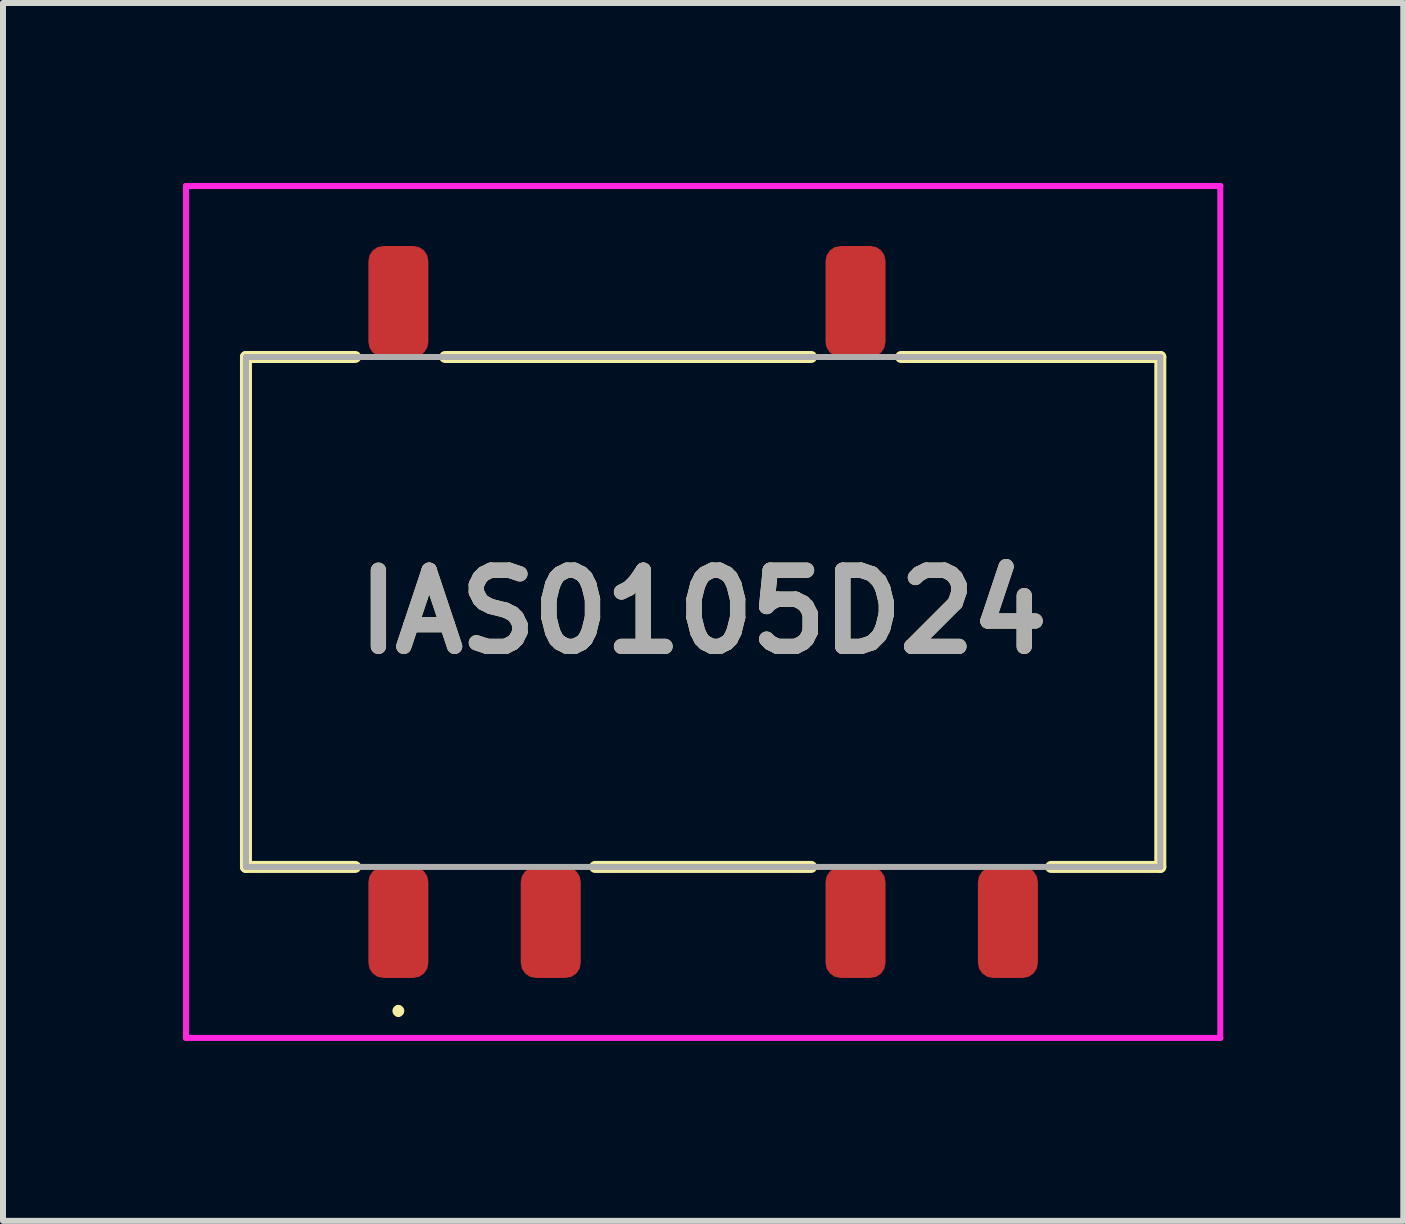
<source format=kicad_pcb>
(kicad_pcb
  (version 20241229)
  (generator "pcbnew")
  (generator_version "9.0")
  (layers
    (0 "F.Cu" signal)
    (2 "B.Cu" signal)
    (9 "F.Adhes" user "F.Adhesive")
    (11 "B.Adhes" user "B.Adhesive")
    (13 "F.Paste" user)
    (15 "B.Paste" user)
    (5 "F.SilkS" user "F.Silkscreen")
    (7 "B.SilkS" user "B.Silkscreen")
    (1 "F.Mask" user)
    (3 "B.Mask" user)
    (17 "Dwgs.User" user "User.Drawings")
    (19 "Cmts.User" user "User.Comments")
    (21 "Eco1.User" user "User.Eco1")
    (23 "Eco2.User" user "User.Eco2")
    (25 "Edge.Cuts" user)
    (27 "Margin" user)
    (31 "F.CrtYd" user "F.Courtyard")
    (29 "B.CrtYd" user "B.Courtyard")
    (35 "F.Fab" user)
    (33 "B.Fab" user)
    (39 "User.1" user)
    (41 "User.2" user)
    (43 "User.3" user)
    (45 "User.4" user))
  (footprint "IAS0105D24"
    (layer "F.Cu")
    (at 8.67 7.15)
    (property "Reference" "IAS0105D24" (at 0 0 0) (layer "F.SilkS") (effects (font (size 1.27 1.27) (thickness 0.254))))
    (attr smd)
    (fp_line (start -7.62 -4.25) (end -7.62 4.25) (stroke (width 0.2) (type solid)) (layer "F.SilkS"))
    (fp_line (start -7.62 4.25) (end -5.8 4.25) (stroke (width 0.2) (type solid)) (layer "F.SilkS"))
    (fp_line (start -5.8 -4.25) (end -7.62 -4.25) (stroke (width 0.2) (type solid)) (layer "F.SilkS"))
    (fp_line (start -5.08 6.6) (end -5.08 6.6) (stroke (width 0.1) (type solid)) (layer "F.SilkS"))
    (fp_line (start -5.08 6.7) (end -5.08 6.7) (stroke (width 0.1) (type solid)) (layer "F.SilkS"))
    (fp_line (start -1.8 4.25) (end 1.8 4.25) (stroke (width 0.2) (type solid)) (layer "F.SilkS"))
    (fp_line (start 1.8 -4.25) (end -4.3 -4.25) (stroke (width 0.2) (type solid)) (layer "F.SilkS"))
    (fp_line (start 5.8 4.25) (end 7.62 4.25) (stroke (width 0.2) (type solid)) (layer "F.SilkS"))
    (fp_line (start 7.62 -4.25) (end 3.3 -4.25) (stroke (width 0.2) (type solid)) (layer "F.SilkS"))
    (fp_line (start 7.62 4.25) (end 7.62 -4.25) (stroke (width 0.2) (type solid)) (layer "F.SilkS"))
    (fp_arc (start -5.08 6.6) (mid -5.03 6.65) (end -5.08 6.7) (stroke (width 0.1) (type solid)) (layer "F.SilkS"))
    (fp_arc (start -5.08 6.7) (mid -5.13 6.65) (end -5.08 6.6) (stroke (width 0.1) (type solid)) (layer "F.SilkS"))
    (fp_line (start -8.62 -7.1) (end 8.62 -7.1) (stroke (width 0.1) (type solid)) (layer "F.CrtYd"))
    (fp_line (start -8.62 7.1) (end -8.62 -7.1) (stroke (width 0.1) (type solid)) (layer "F.CrtYd"))
    (fp_line (start 8.62 -7.1) (end 8.62 7.1) (stroke (width 0.1) (type solid)) (layer "F.CrtYd"))
    (fp_line (start 8.62 7.1) (end -8.62 7.1) (stroke (width 0.1) (type solid)) (layer "F.CrtYd"))
    (fp_line (start -7.62 -4.25) (end 7.62 -4.25) (stroke (width 0.1) (type solid)) (layer "F.Fab"))
    (fp_line (start -7.62 4.25) (end -7.62 -4.25) (stroke (width 0.1) (type solid)) (layer "F.Fab"))
    (fp_line (start 7.62 -4.25) (end 7.62 4.25) (stroke (width 0.1) (type solid)) (layer "F.Fab"))
    (fp_line (start 7.62 4.25) (end -7.62 4.25) (stroke (width 0.1) (type solid)) (layer "F.Fab"))
    (fp_text user "${REFERENCE}" (at 0 0 0) (layer "F.Fab") (effects (font (size 1.27 1.27) (thickness 0.254))))
    (pad "1" smd roundrect (at -5.08 5.175) (size 1 1.85) (layers "F.Cu" "F.Mask" "F.Paste") (roundrect_rratio 0.25))
    (pad "2" smd roundrect (at -2.54 5.175) (size 1 1.85) (layers "F.Cu" "F.Mask" "F.Paste") (roundrect_rratio 0.25))
    (pad "4" smd roundrect (at 2.54 5.175) (size 1 1.85) (layers "F.Cu" "F.Mask" "F.Paste") (roundrect_rratio 0.25))
    (pad "5" smd roundrect (at 5.08 5.175) (size 1 1.85) (layers "F.Cu" "F.Mask" "F.Paste") (roundrect_rratio 0.25))
    (pad "7" smd roundrect (at 2.54 -5.175) (size 1 1.85) (layers "F.Cu" "F.Mask" "F.Paste") (roundrect_rratio 0.25))
    (pad "10" smd roundrect (at -5.08 -5.175) (size 1 1.85) (layers "F.Cu" "F.Mask" "F.Paste") (roundrect_rratio 0.25)))
  (gr_rect
    (start -3 -3)
    (end 20.34 17.3)
    (stroke (width 0.1) (type default))
    (fill no)
    (layer "Edge.Cuts")))
</source>
